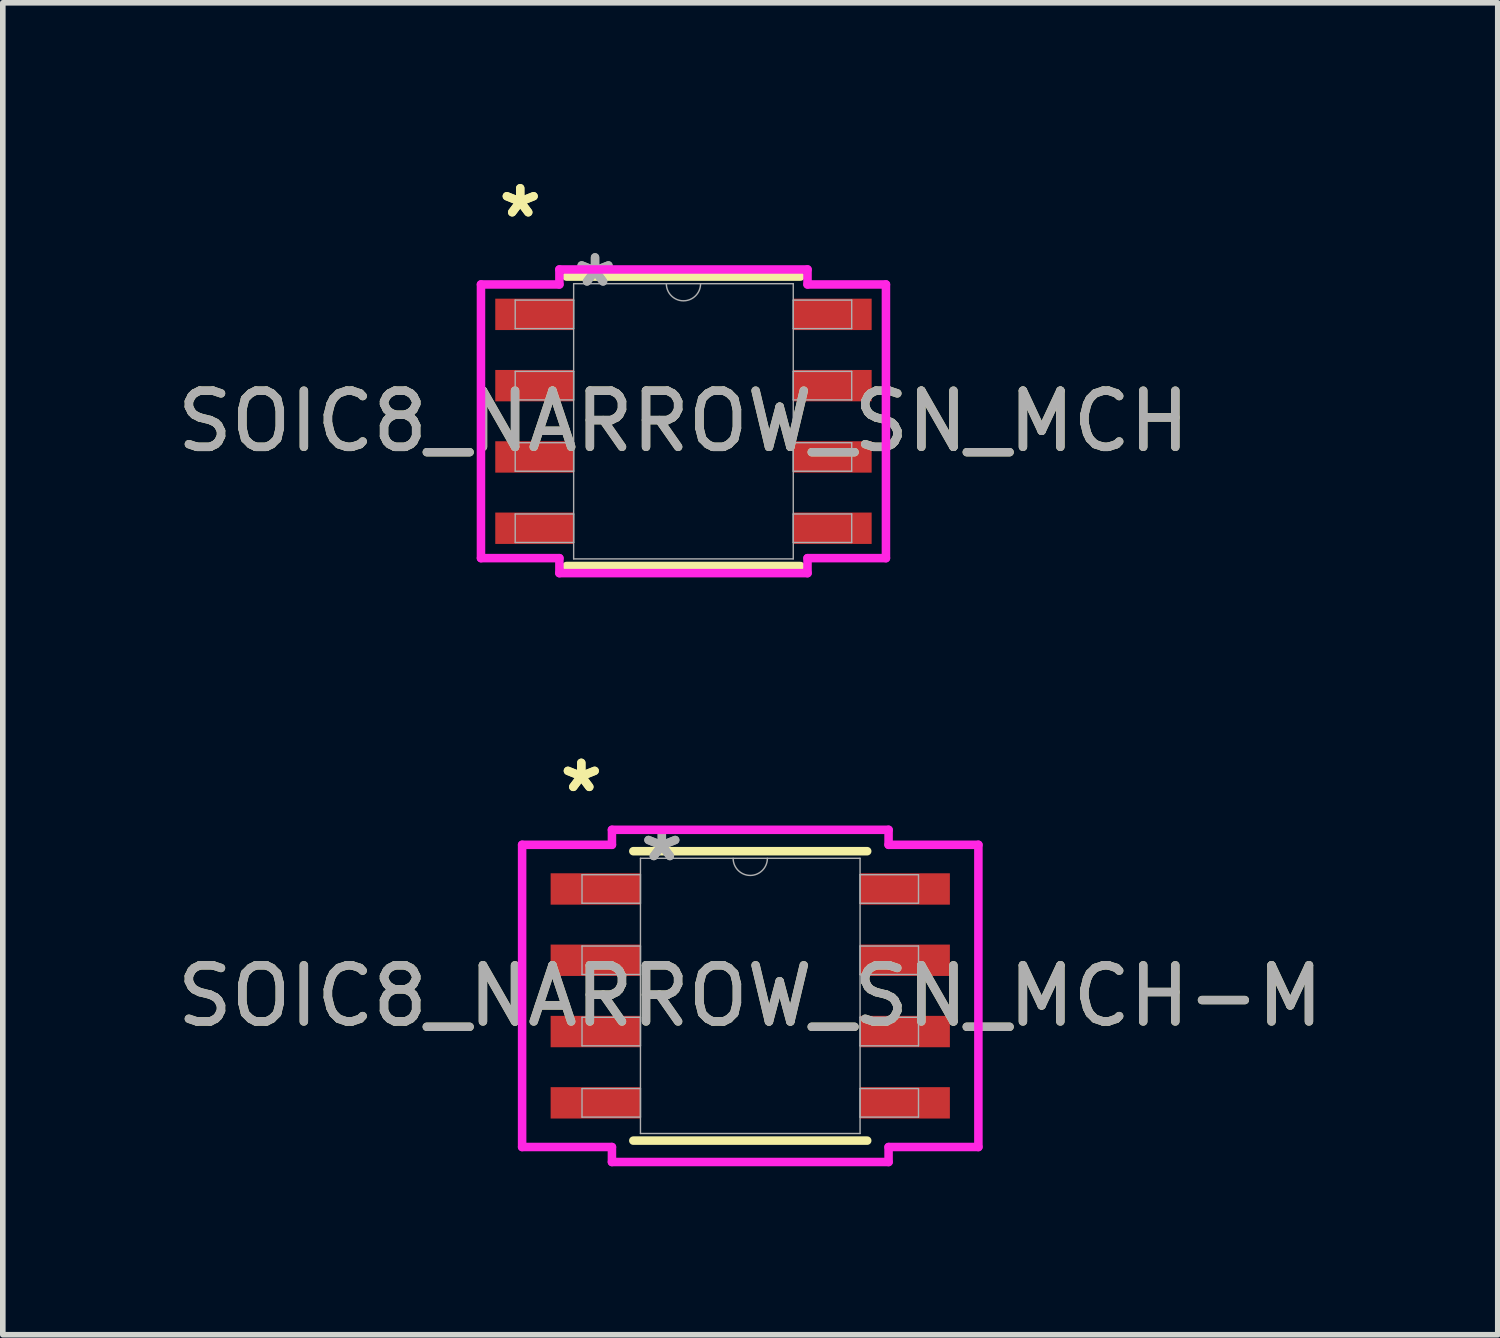
<source format=kicad_pcb>
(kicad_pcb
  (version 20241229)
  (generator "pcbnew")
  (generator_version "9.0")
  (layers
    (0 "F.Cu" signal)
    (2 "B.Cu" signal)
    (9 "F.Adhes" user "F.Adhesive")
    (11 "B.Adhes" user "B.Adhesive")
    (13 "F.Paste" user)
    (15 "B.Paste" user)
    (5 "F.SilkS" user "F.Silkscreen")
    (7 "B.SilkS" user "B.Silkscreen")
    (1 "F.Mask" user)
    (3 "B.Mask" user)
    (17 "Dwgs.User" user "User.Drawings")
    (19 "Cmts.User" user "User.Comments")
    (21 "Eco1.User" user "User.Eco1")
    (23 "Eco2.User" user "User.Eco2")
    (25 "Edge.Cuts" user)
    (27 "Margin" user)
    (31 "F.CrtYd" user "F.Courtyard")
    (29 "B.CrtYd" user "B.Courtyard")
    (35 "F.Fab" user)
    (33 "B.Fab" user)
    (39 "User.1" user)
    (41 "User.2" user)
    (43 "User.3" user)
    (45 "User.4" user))
  (footprint "SOIC8_NARROW_SN_MCH-M"
    (layer "F.Cu")
    (at 10.315 14.691)
    (property "Reference" "SOIC8_NARROW_SN_MCH-M" (at 0 0 0) (unlocked yes) (layer "F.SilkS") (effects (font (size 1 1) (thickness 0.15))))
    (attr smd)
    (fp_line (start -2.083 2.578) (end 2.083 2.578) (stroke (width 0.152) (type solid)) (layer "F.SilkS"))
    (fp_line (start 2.083 -2.578) (end -2.083 -2.578) (stroke (width 0.152) (type solid)) (layer "F.SilkS"))
    (fp_line (start -4.064 -2.692) (end -2.464 -2.692) (stroke (width 0.152) (type solid)) (layer "F.CrtYd"))
    (fp_line (start -4.064 2.692) (end -4.064 -2.692) (stroke (width 0.152) (type solid)) (layer "F.CrtYd"))
    (fp_line (start -4.064 2.692) (end -2.464 2.692) (stroke (width 0.152) (type solid)) (layer "F.CrtYd"))
    (fp_line (start -2.464 -2.959) (end 2.464 -2.959) (stroke (width 0.152) (type solid)) (layer "F.CrtYd"))
    (fp_line (start -2.464 -2.692) (end -2.464 -2.959) (stroke (width 0.152) (type solid)) (layer "F.CrtYd"))
    (fp_line (start -2.464 2.959) (end -2.464 2.692) (stroke (width 0.152) (type solid)) (layer "F.CrtYd"))
    (fp_line (start 2.464 -2.959) (end 2.464 -2.692) (stroke (width 0.152) (type solid)) (layer "F.CrtYd"))
    (fp_line (start 2.464 2.692) (end 2.464 2.959) (stroke (width 0.152) (type solid)) (layer "F.CrtYd"))
    (fp_line (start 2.464 2.959) (end -2.464 2.959) (stroke (width 0.152) (type solid)) (layer "F.CrtYd"))
    (fp_line (start 4.064 -2.692) (end 2.464 -2.692) (stroke (width 0.152) (type solid)) (layer "F.CrtYd"))
    (fp_line (start 4.064 -2.692) (end 4.064 2.692) (stroke (width 0.152) (type solid)) (layer "F.CrtYd"))
    (fp_line (start 4.064 2.692) (end 2.464 2.692) (stroke (width 0.152) (type solid)) (layer "F.CrtYd"))
    (fp_line (start -2.997 -2.159) (end -2.997 -1.651) (stroke (width 0.025) (type solid)) (layer "F.Fab"))
    (fp_line (start -2.997 -1.651) (end -1.956 -1.651) (stroke (width 0.025) (type solid)) (layer "F.Fab"))
    (fp_line (start -2.997 -0.889) (end -2.997 -0.381) (stroke (width 0.025) (type solid)) (layer "F.Fab"))
    (fp_line (start -2.997 -0.381) (end -1.956 -0.381) (stroke (width 0.025) (type solid)) (layer "F.Fab"))
    (fp_line (start -2.997 0.381) (end -2.997 0.889) (stroke (width 0.025) (type solid)) (layer "F.Fab"))
    (fp_line (start -2.997 0.889) (end -1.956 0.889) (stroke (width 0.025) (type solid)) (layer "F.Fab"))
    (fp_line (start -2.997 1.651) (end -2.997 2.159) (stroke (width 0.025) (type solid)) (layer "F.Fab"))
    (fp_line (start -2.997 2.159) (end -1.956 2.159) (stroke (width 0.025) (type solid)) (layer "F.Fab"))
    (fp_line (start -1.956 -2.451) (end -1.956 2.451) (stroke (width 0.025) (type solid)) (layer "F.Fab"))
    (fp_line (start -1.956 -2.159) (end -2.997 -2.159) (stroke (width 0.025) (type solid)) (layer "F.Fab"))
    (fp_line (start -1.956 -1.651) (end -1.956 -2.159) (stroke (width 0.025) (type solid)) (layer "F.Fab"))
    (fp_line (start -1.956 -0.889) (end -2.997 -0.889) (stroke (width 0.025) (type solid)) (layer "F.Fab"))
    (fp_line (start -1.956 -0.381) (end -1.956 -0.889) (stroke (width 0.025) (type solid)) (layer "F.Fab"))
    (fp_line (start -1.956 0.381) (end -2.997 0.381) (stroke (width 0.025) (type solid)) (layer "F.Fab"))
    (fp_line (start -1.956 0.889) (end -1.956 0.381) (stroke (width 0.025) (type solid)) (layer "F.Fab"))
    (fp_line (start -1.956 1.651) (end -2.997 1.651) (stroke (width 0.025) (type solid)) (layer "F.Fab"))
    (fp_line (start -1.956 2.159) (end -1.956 1.651) (stroke (width 0.025) (type solid)) (layer "F.Fab"))
    (fp_line (start -1.956 2.451) (end 1.956 2.451) (stroke (width 0.025) (type solid)) (layer "F.Fab"))
    (fp_line (start 1.956 -2.451) (end -1.956 -2.451) (stroke (width 0.025) (type solid)) (layer "F.Fab"))
    (fp_line (start 1.956 -2.159) (end 1.956 -1.651) (stroke (width 0.025) (type solid)) (layer "F.Fab"))
    (fp_line (start 1.956 -1.651) (end 2.997 -1.651) (stroke (width 0.025) (type solid)) (layer "F.Fab"))
    (fp_line (start 1.956 -0.889) (end 1.956 -0.381) (stroke (width 0.025) (type solid)) (layer "F.Fab"))
    (fp_line (start 1.956 -0.381) (end 2.997 -0.381) (stroke (width 0.025) (type solid)) (layer "F.Fab"))
    (fp_line (start 1.956 0.381) (end 1.956 0.889) (stroke (width 0.025) (type solid)) (layer "F.Fab"))
    (fp_line (start 1.956 0.889) (end 2.997 0.889) (stroke (width 0.025) (type solid)) (layer "F.Fab"))
    (fp_line (start 1.956 1.651) (end 1.956 2.159) (stroke (width 0.025) (type solid)) (layer "F.Fab"))
    (fp_line (start 1.956 2.159) (end 2.997 2.159) (stroke (width 0.025) (type solid)) (layer "F.Fab"))
    (fp_line (start 1.956 2.451) (end 1.956 -2.451) (stroke (width 0.025) (type solid)) (layer "F.Fab"))
    (fp_line (start 2.997 -2.159) (end 1.956 -2.159) (stroke (width 0.025) (type solid)) (layer "F.Fab"))
    (fp_line (start 2.997 -1.651) (end 2.997 -2.159) (stroke (width 0.025) (type solid)) (layer "F.Fab"))
    (fp_line (start 2.997 -0.889) (end 1.956 -0.889) (stroke (width 0.025) (type solid)) (layer "F.Fab"))
    (fp_line (start 2.997 -0.381) (end 2.997 -0.889) (stroke (width 0.025) (type solid)) (layer "F.Fab"))
    (fp_line (start 2.997 0.381) (end 1.956 0.381) (stroke (width 0.025) (type solid)) (layer "F.Fab"))
    (fp_line (start 2.997 0.889) (end 2.997 0.381) (stroke (width 0.025) (type solid)) (layer "F.Fab"))
    (fp_line (start 2.997 1.651) (end 1.956 1.651) (stroke (width 0.025) (type solid)) (layer "F.Fab"))
    (fp_line (start 2.997 2.159) (end 2.997 1.651) (stroke (width 0.025) (type solid)) (layer "F.Fab"))
    (fp_arc (start 0.3048 -2.4511) (mid 0 -2.1463) (end -0.3048 -2.4511) (stroke (width 0.0254) (type solid)) (layer "F.Fab"))
    (fp_text user "*" (at -3.01 -3.607 0) (layer "F.SilkS") (effects (font (size 1 1) (thickness 0.15))))
    (fp_text user "*" (at -3.01 -3.607 0) (unlocked yes) (layer "F.SilkS") (effects (font (size 1 1) (thickness 0.15))))
    (fp_text user "*" (at -1.575 -2.375 0) (unlocked yes) (layer "F.Fab") (effects (font (size 1 1) (thickness 0.15))))
    (fp_text user "*" (at -1.575 -2.375 0) (layer "F.Fab") (effects (font (size 1 1) (thickness 0.15))))
    (fp_text user "${REFERENCE}" (at 0 0 0) (unlocked yes) (layer "F.Fab") (effects (font (size 1 1) (thickness 0.15))))
    (pad "1" smd rect (at -2.756 -1.905) (size 1.6 0.559) (layers "F.Cu" "F.Mask" "F.Paste"))
    (pad "2" smd rect (at -2.756 -0.635) (size 1.6 0.559) (layers "F.Cu" "F.Mask" "F.Paste"))
    (pad "3" smd rect (at -2.756 0.635) (size 1.6 0.559) (layers "F.Cu" "F.Mask" "F.Paste"))
    (pad "4" smd rect (at -2.756 1.905) (size 1.6 0.559) (layers "F.Cu" "F.Mask" "F.Paste"))
    (pad "5" smd rect (at 2.756 1.905) (size 1.6 0.559) (layers "F.Cu" "F.Mask" "F.Paste"))
    (pad "6" smd rect (at 2.756 0.635) (size 1.6 0.559) (layers "F.Cu" "F.Mask" "F.Paste"))
    (pad "7" smd rect (at 2.756 -0.635) (size 1.6 0.559) (layers "F.Cu" "F.Mask" "F.Paste"))
    (pad "8" smd rect (at 2.756 -1.905) (size 1.6 0.559) (layers "F.Cu" "F.Mask" "F.Paste")))
  (footprint "SOIC8_NARROW_SN_MCH"
    (layer "F.Cu")
    (at 9.125 4.455)
    (property "Reference" "SOIC8_NARROW_SN_MCH" (at 0 0 0) (unlocked yes) (layer "F.SilkS") (effects (font (size 1 1) (thickness 0.15))))
    (attr smd)
    (fp_line (start -2.083 2.578) (end 2.083 2.578) (stroke (width 0.152) (type solid)) (layer "F.SilkS"))
    (fp_line (start 2.083 -2.578) (end -2.083 -2.578) (stroke (width 0.152) (type solid)) (layer "F.SilkS"))
    (fp_line (start -3.607 -2.438) (end -2.21 -2.438) (stroke (width 0.152) (type solid)) (layer "F.CrtYd"))
    (fp_line (start -3.607 2.438) (end -3.607 -2.438) (stroke (width 0.152) (type solid)) (layer "F.CrtYd"))
    (fp_line (start -3.607 2.438) (end -2.21 2.438) (stroke (width 0.152) (type solid)) (layer "F.CrtYd"))
    (fp_line (start -2.21 -2.705) (end 2.21 -2.705) (stroke (width 0.152) (type solid)) (layer "F.CrtYd"))
    (fp_line (start -2.21 -2.438) (end -2.21 -2.705) (stroke (width 0.152) (type solid)) (layer "F.CrtYd"))
    (fp_line (start -2.21 2.705) (end -2.21 2.438) (stroke (width 0.152) (type solid)) (layer "F.CrtYd"))
    (fp_line (start 2.21 -2.705) (end 2.21 -2.438) (stroke (width 0.152) (type solid)) (layer "F.CrtYd"))
    (fp_line (start 2.21 2.438) (end 2.21 2.705) (stroke (width 0.152) (type solid)) (layer "F.CrtYd"))
    (fp_line (start 2.21 2.705) (end -2.21 2.705) (stroke (width 0.152) (type solid)) (layer "F.CrtYd"))
    (fp_line (start 3.607 -2.438) (end 2.21 -2.438) (stroke (width 0.152) (type solid)) (layer "F.CrtYd"))
    (fp_line (start 3.607 -2.438) (end 3.607 2.438) (stroke (width 0.152) (type solid)) (layer "F.CrtYd"))
    (fp_line (start 3.607 2.438) (end 2.21 2.438) (stroke (width 0.152) (type solid)) (layer "F.CrtYd"))
    (fp_line (start -2.997 -2.159) (end -2.997 -1.651) (stroke (width 0.025) (type solid)) (layer "F.Fab"))
    (fp_line (start -2.997 -1.651) (end -1.956 -1.651) (stroke (width 0.025) (type solid)) (layer "F.Fab"))
    (fp_line (start -2.997 -0.889) (end -2.997 -0.381) (stroke (width 0.025) (type solid)) (layer "F.Fab"))
    (fp_line (start -2.997 -0.381) (end -1.956 -0.381) (stroke (width 0.025) (type solid)) (layer "F.Fab"))
    (fp_line (start -2.997 0.381) (end -2.997 0.889) (stroke (width 0.025) (type solid)) (layer "F.Fab"))
    (fp_line (start -2.997 0.889) (end -1.956 0.889) (stroke (width 0.025) (type solid)) (layer "F.Fab"))
    (fp_line (start -2.997 1.651) (end -2.997 2.159) (stroke (width 0.025) (type solid)) (layer "F.Fab"))
    (fp_line (start -2.997 2.159) (end -1.956 2.159) (stroke (width 0.025) (type solid)) (layer "F.Fab"))
    (fp_line (start -1.956 -2.451) (end -1.956 2.451) (stroke (width 0.025) (type solid)) (layer "F.Fab"))
    (fp_line (start -1.956 -2.159) (end -2.997 -2.159) (stroke (width 0.025) (type solid)) (layer "F.Fab"))
    (fp_line (start -1.956 -1.651) (end -1.956 -2.159) (stroke (width 0.025) (type solid)) (layer "F.Fab"))
    (fp_line (start -1.956 -0.889) (end -2.997 -0.889) (stroke (width 0.025) (type solid)) (layer "F.Fab"))
    (fp_line (start -1.956 -0.381) (end -1.956 -0.889) (stroke (width 0.025) (type solid)) (layer "F.Fab"))
    (fp_line (start -1.956 0.381) (end -2.997 0.381) (stroke (width 0.025) (type solid)) (layer "F.Fab"))
    (fp_line (start -1.956 0.889) (end -1.956 0.381) (stroke (width 0.025) (type solid)) (layer "F.Fab"))
    (fp_line (start -1.956 1.651) (end -2.997 1.651) (stroke (width 0.025) (type solid)) (layer "F.Fab"))
    (fp_line (start -1.956 2.159) (end -1.956 1.651) (stroke (width 0.025) (type solid)) (layer "F.Fab"))
    (fp_line (start -1.956 2.451) (end 1.956 2.451) (stroke (width 0.025) (type solid)) (layer "F.Fab"))
    (fp_line (start 1.956 -2.451) (end -1.956 -2.451) (stroke (width 0.025) (type solid)) (layer "F.Fab"))
    (fp_line (start 1.956 -2.159) (end 1.956 -1.651) (stroke (width 0.025) (type solid)) (layer "F.Fab"))
    (fp_line (start 1.956 -1.651) (end 2.997 -1.651) (stroke (width 0.025) (type solid)) (layer "F.Fab"))
    (fp_line (start 1.956 -0.889) (end 1.956 -0.381) (stroke (width 0.025) (type solid)) (layer "F.Fab"))
    (fp_line (start 1.956 -0.381) (end 2.997 -0.381) (stroke (width 0.025) (type solid)) (layer "F.Fab"))
    (fp_line (start 1.956 0.381) (end 1.956 0.889) (stroke (width 0.025) (type solid)) (layer "F.Fab"))
    (fp_line (start 1.956 0.889) (end 2.997 0.889) (stroke (width 0.025) (type solid)) (layer "F.Fab"))
    (fp_line (start 1.956 1.651) (end 1.956 2.159) (stroke (width 0.025) (type solid)) (layer "F.Fab"))
    (fp_line (start 1.956 2.159) (end 2.997 2.159) (stroke (width 0.025) (type solid)) (layer "F.Fab"))
    (fp_line (start 1.956 2.451) (end 1.956 -2.451) (stroke (width 0.025) (type solid)) (layer "F.Fab"))
    (fp_line (start 2.997 -2.159) (end 1.956 -2.159) (stroke (width 0.025) (type solid)) (layer "F.Fab"))
    (fp_line (start 2.997 -1.651) (end 2.997 -2.159) (stroke (width 0.025) (type solid)) (layer "F.Fab"))
    (fp_line (start 2.997 -0.889) (end 1.956 -0.889) (stroke (width 0.025) (type solid)) (layer "F.Fab"))
    (fp_line (start 2.997 -0.381) (end 2.997 -0.889) (stroke (width 0.025) (type solid)) (layer "F.Fab"))
    (fp_line (start 2.997 0.381) (end 1.956 0.381) (stroke (width 0.025) (type solid)) (layer "F.Fab"))
    (fp_line (start 2.997 0.889) (end 2.997 0.381) (stroke (width 0.025) (type solid)) (layer "F.Fab"))
    (fp_line (start 2.997 1.651) (end 1.956 1.651) (stroke (width 0.025) (type solid)) (layer "F.Fab"))
    (fp_line (start 2.997 2.159) (end 2.997 1.651) (stroke (width 0.025) (type solid)) (layer "F.Fab"))
    (fp_arc (start 0.3048 -2.4511) (mid 0 -2.1463) (end -0.3048 -2.4511) (stroke (width 0.0254) (type solid)) (layer "F.Fab"))
    (fp_text user "*" (at -2.908 -3.607 0) (unlocked yes) (layer "F.SilkS") (effects (font (size 1 1) (thickness 0.15))))
    (fp_text user "*" (at -2.908 -3.607 0) (layer "F.SilkS") (effects (font (size 1 1) (thickness 0.15))))
    (fp_text user "*" (at -1.575 -2.375 0) (layer "F.Fab") (effects (font (size 1 1) (thickness 0.15))))
    (fp_text user "${REFERENCE}" (at 0 0 0) (unlocked yes) (layer "F.Fab") (effects (font (size 1 1) (thickness 0.15))))
    (fp_text user "*" (at -1.575 -2.375 0) (unlocked yes) (layer "F.Fab") (effects (font (size 1 1) (thickness 0.15))))
    (pad "1" smd rect (at -2.654 -1.905) (size 1.397 0.559) (layers "F.Cu" "F.Mask" "F.Paste"))
    (pad "2" smd rect (at -2.654 -0.635) (size 1.397 0.559) (layers "F.Cu" "F.Mask" "F.Paste"))
    (pad "3" smd rect (at -2.654 0.635) (size 1.397 0.559) (layers "F.Cu" "F.Mask" "F.Paste"))
    (pad "4" smd rect (at -2.654 1.905) (size 1.397 0.559) (layers "F.Cu" "F.Mask" "F.Paste"))
    (pad "5" smd rect (at 2.654 1.905) (size 1.397 0.559) (layers "F.Cu" "F.Mask" "F.Paste"))
    (pad "6" smd rect (at 2.654 0.635) (size 1.397 0.559) (layers "F.Cu" "F.Mask" "F.Paste"))
    (pad "7" smd rect (at 2.654 -0.635) (size 1.397 0.559) (layers "F.Cu" "F.Mask" "F.Paste"))
    (pad "8" smd rect (at 2.654 -1.905) (size 1.397 0.559) (layers "F.Cu" "F.Mask" "F.Paste")))
  (gr_rect
    (start -3 -3)
    (end 23.631 20.727)
    (stroke (width 0.1) (type default))
    (fill no)
    (layer "Edge.Cuts")))
</source>
